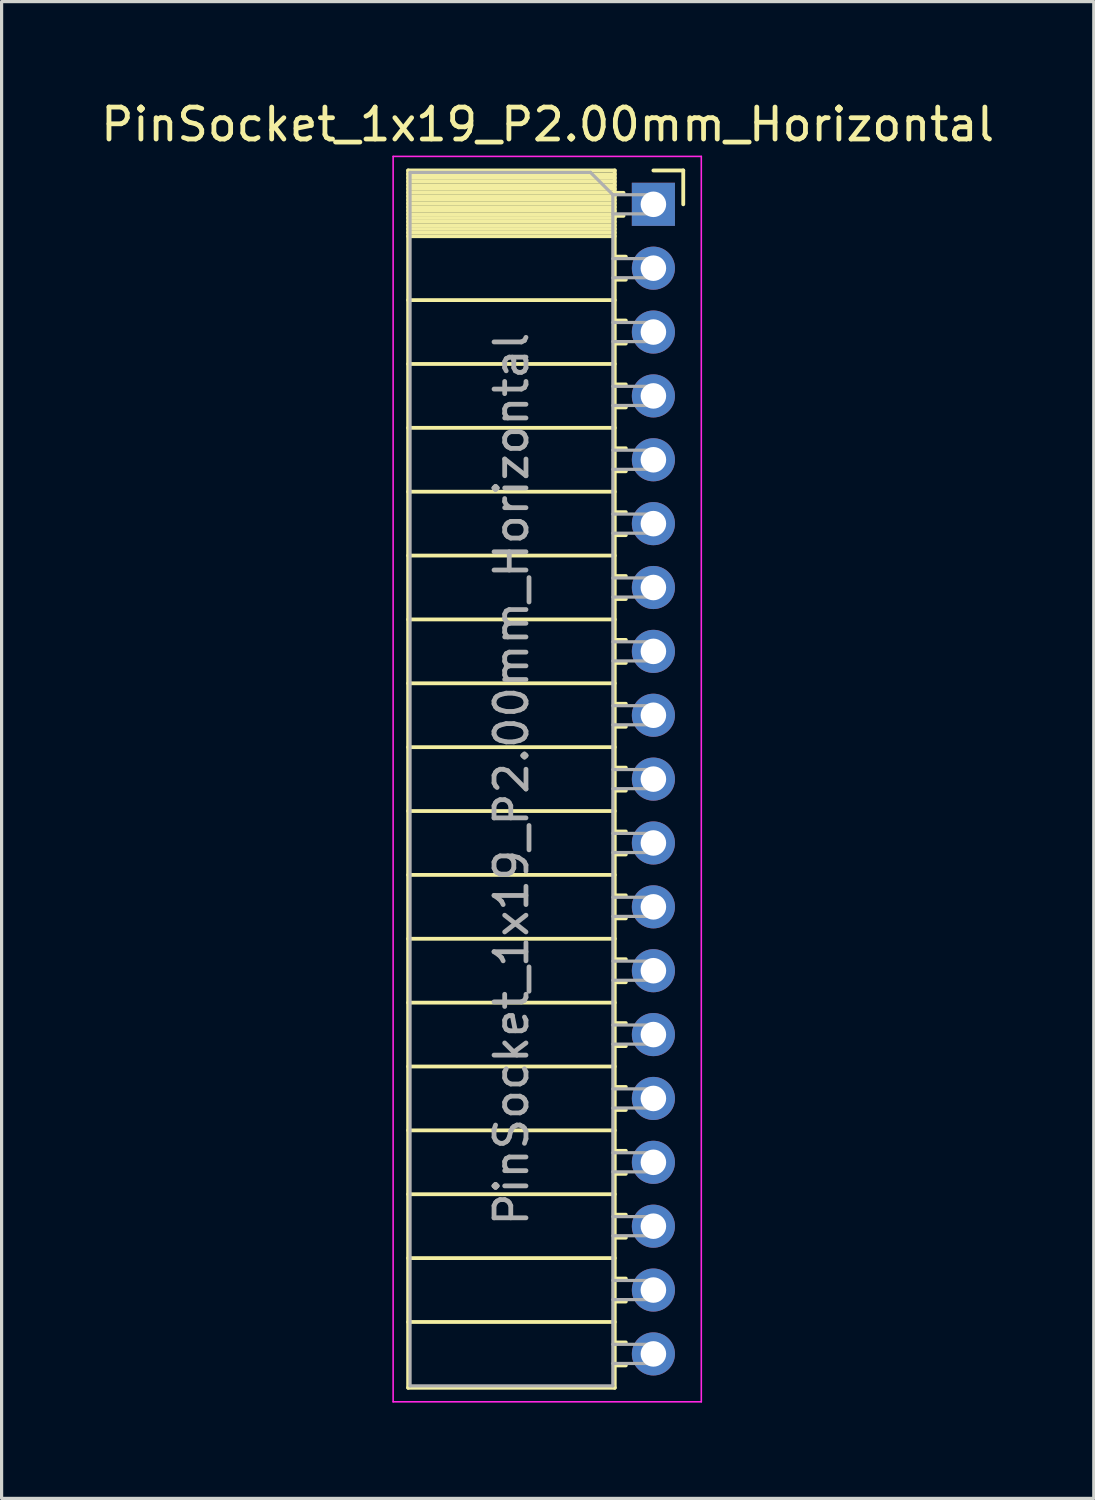
<source format=kicad_pcb>
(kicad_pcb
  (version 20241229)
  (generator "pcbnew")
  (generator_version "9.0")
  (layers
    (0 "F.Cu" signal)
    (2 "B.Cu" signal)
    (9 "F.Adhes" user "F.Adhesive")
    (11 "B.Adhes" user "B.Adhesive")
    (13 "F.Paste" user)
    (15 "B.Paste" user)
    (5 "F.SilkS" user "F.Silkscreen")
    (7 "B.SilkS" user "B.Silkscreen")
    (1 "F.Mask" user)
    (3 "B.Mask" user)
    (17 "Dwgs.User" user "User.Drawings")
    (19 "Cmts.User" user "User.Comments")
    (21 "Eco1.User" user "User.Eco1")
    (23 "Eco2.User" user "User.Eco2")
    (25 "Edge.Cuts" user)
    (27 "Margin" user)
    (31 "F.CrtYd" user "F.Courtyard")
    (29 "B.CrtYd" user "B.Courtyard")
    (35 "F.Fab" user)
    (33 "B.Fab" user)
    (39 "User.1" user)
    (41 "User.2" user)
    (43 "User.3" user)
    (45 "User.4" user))
  (footprint "PinSocket_1x19_P2.00mm_Horizontal"
    (layer "F.Cu")
    (at 17.411 3.348)
    (property "Reference" "PinSocket_1x19_P2.00mm_Horizontal" (at -3.31 -2.5 0) (layer "F.SilkS") (effects (font (size 1 1) (thickness 0.15))))
    (attr through_hole)
    (fp_line (start -7.68 -1.06) (end -7.68 37.06) (stroke (width 0.12) (type solid)) (layer "F.SilkS"))
    (fp_line (start -7.68 -1.06) (end -1.21 -1.06) (stroke (width 0.12) (type solid)) (layer "F.SilkS"))
    (fp_line (start -7.68 -0.94) (end -1.21 -0.94) (stroke (width 0.12) (type solid)) (layer "F.SilkS"))
    (fp_line (start -7.68 -0.826) (end -1.21 -0.826) (stroke (width 0.12) (type solid)) (layer "F.SilkS"))
    (fp_line (start -7.68 -0.712) (end -1.21 -0.712) (stroke (width 0.12) (type solid)) (layer "F.SilkS"))
    (fp_line (start -7.68 -0.598) (end -1.21 -0.598) (stroke (width 0.12) (type solid)) (layer "F.SilkS"))
    (fp_line (start -7.68 -0.484) (end -1.21 -0.484) (stroke (width 0.12) (type solid)) (layer "F.SilkS"))
    (fp_line (start -7.68 -0.369) (end -1.21 -0.369) (stroke (width 0.12) (type solid)) (layer "F.SilkS"))
    (fp_line (start -7.68 -0.255) (end -1.21 -0.255) (stroke (width 0.12) (type solid)) (layer "F.SilkS"))
    (fp_line (start -7.68 -0.141) (end -1.21 -0.141) (stroke (width 0.12) (type solid)) (layer "F.SilkS"))
    (fp_line (start -7.68 -0.027) (end -1.21 -0.027) (stroke (width 0.12) (type solid)) (layer "F.SilkS"))
    (fp_line (start -7.68 0.087) (end -1.21 0.087) (stroke (width 0.12) (type solid)) (layer "F.SilkS"))
    (fp_line (start -7.68 0.201) (end -1.21 0.201) (stroke (width 0.12) (type solid)) (layer "F.SilkS"))
    (fp_line (start -7.68 0.315) (end -1.21 0.315) (stroke (width 0.12) (type solid)) (layer "F.SilkS"))
    (fp_line (start -7.68 0.429) (end -1.21 0.429) (stroke (width 0.12) (type solid)) (layer "F.SilkS"))
    (fp_line (start -7.68 0.544) (end -1.21 0.544) (stroke (width 0.12) (type solid)) (layer "F.SilkS"))
    (fp_line (start -7.68 0.658) (end -1.21 0.658) (stroke (width 0.12) (type solid)) (layer "F.SilkS"))
    (fp_line (start -7.68 0.772) (end -1.21 0.772) (stroke (width 0.12) (type solid)) (layer "F.SilkS"))
    (fp_line (start -7.68 0.886) (end -1.21 0.886) (stroke (width 0.12) (type solid)) (layer "F.SilkS"))
    (fp_line (start -7.68 1) (end -1.21 1) (stroke (width 0.12) (type solid)) (layer "F.SilkS"))
    (fp_line (start -7.68 3) (end -1.21 3) (stroke (width 0.12) (type solid)) (layer "F.SilkS"))
    (fp_line (start -7.68 5) (end -1.21 5) (stroke (width 0.12) (type solid)) (layer "F.SilkS"))
    (fp_line (start -7.68 7) (end -1.21 7) (stroke (width 0.12) (type solid)) (layer "F.SilkS"))
    (fp_line (start -7.68 9) (end -1.21 9) (stroke (width 0.12) (type solid)) (layer "F.SilkS"))
    (fp_line (start -7.68 11) (end -1.21 11) (stroke (width 0.12) (type solid)) (layer "F.SilkS"))
    (fp_line (start -7.68 13) (end -1.21 13) (stroke (width 0.12) (type solid)) (layer "F.SilkS"))
    (fp_line (start -7.68 15) (end -1.21 15) (stroke (width 0.12) (type solid)) (layer "F.SilkS"))
    (fp_line (start -7.68 17) (end -1.21 17) (stroke (width 0.12) (type solid)) (layer "F.SilkS"))
    (fp_line (start -7.68 19) (end -1.21 19) (stroke (width 0.12) (type solid)) (layer "F.SilkS"))
    (fp_line (start -7.68 21) (end -1.21 21) (stroke (width 0.12) (type solid)) (layer "F.SilkS"))
    (fp_line (start -7.68 23) (end -1.21 23) (stroke (width 0.12) (type solid)) (layer "F.SilkS"))
    (fp_line (start -7.68 25) (end -1.21 25) (stroke (width 0.12) (type solid)) (layer "F.SilkS"))
    (fp_line (start -7.68 27) (end -1.21 27) (stroke (width 0.12) (type solid)) (layer "F.SilkS"))
    (fp_line (start -7.68 29) (end -1.21 29) (stroke (width 0.12) (type solid)) (layer "F.SilkS"))
    (fp_line (start -7.68 31) (end -1.21 31) (stroke (width 0.12) (type solid)) (layer "F.SilkS"))
    (fp_line (start -7.68 33) (end -1.21 33) (stroke (width 0.12) (type solid)) (layer "F.SilkS"))
    (fp_line (start -7.68 35) (end -1.21 35) (stroke (width 0.12) (type solid)) (layer "F.SilkS"))
    (fp_line (start -7.68 37.06) (end -1.21 37.06) (stroke (width 0.12) (type solid)) (layer "F.SilkS"))
    (fp_line (start -1.21 -1.06) (end -1.21 37.06) (stroke (width 0.12) (type solid)) (layer "F.SilkS"))
    (fp_line (start -1.21 -0.36) (end -0.935 -0.36) (stroke (width 0.12) (type solid)) (layer "F.SilkS"))
    (fp_line (start -1.21 0.36) (end -0.935 0.36) (stroke (width 0.12) (type solid)) (layer "F.SilkS"))
    (fp_line (start -1.21 1.64) (end -0.863 1.64) (stroke (width 0.12) (type solid)) (layer "F.SilkS"))
    (fp_line (start -1.21 2.36) (end -0.863 2.36) (stroke (width 0.12) (type solid)) (layer "F.SilkS"))
    (fp_line (start -1.21 3.64) (end -0.863 3.64) (stroke (width 0.12) (type solid)) (layer "F.SilkS"))
    (fp_line (start -1.21 4.36) (end -0.863 4.36) (stroke (width 0.12) (type solid)) (layer "F.SilkS"))
    (fp_line (start -1.21 5.64) (end -0.863 5.64) (stroke (width 0.12) (type solid)) (layer "F.SilkS"))
    (fp_line (start -1.21 6.36) (end -0.863 6.36) (stroke (width 0.12) (type solid)) (layer "F.SilkS"))
    (fp_line (start -1.21 7.64) (end -0.863 7.64) (stroke (width 0.12) (type solid)) (layer "F.SilkS"))
    (fp_line (start -1.21 8.36) (end -0.863 8.36) (stroke (width 0.12) (type solid)) (layer "F.SilkS"))
    (fp_line (start -1.21 9.64) (end -0.863 9.64) (stroke (width 0.12) (type solid)) (layer "F.SilkS"))
    (fp_line (start -1.21 10.36) (end -0.863 10.36) (stroke (width 0.12) (type solid)) (layer "F.SilkS"))
    (fp_line (start -1.21 11.64) (end -0.863 11.64) (stroke (width 0.12) (type solid)) (layer "F.SilkS"))
    (fp_line (start -1.21 12.36) (end -0.863 12.36) (stroke (width 0.12) (type solid)) (layer "F.SilkS"))
    (fp_line (start -1.21 13.64) (end -0.863 13.64) (stroke (width 0.12) (type solid)) (layer "F.SilkS"))
    (fp_line (start -1.21 14.36) (end -0.863 14.36) (stroke (width 0.12) (type solid)) (layer "F.SilkS"))
    (fp_line (start -1.21 15.64) (end -0.863 15.64) (stroke (width 0.12) (type solid)) (layer "F.SilkS"))
    (fp_line (start -1.21 16.36) (end -0.863 16.36) (stroke (width 0.12) (type solid)) (layer "F.SilkS"))
    (fp_line (start -1.21 17.64) (end -0.863 17.64) (stroke (width 0.12) (type solid)) (layer "F.SilkS"))
    (fp_line (start -1.21 18.36) (end -0.863 18.36) (stroke (width 0.12) (type solid)) (layer "F.SilkS"))
    (fp_line (start -1.21 19.64) (end -0.863 19.64) (stroke (width 0.12) (type solid)) (layer "F.SilkS"))
    (fp_line (start -1.21 20.36) (end -0.863 20.36) (stroke (width 0.12) (type solid)) (layer "F.SilkS"))
    (fp_line (start -1.21 21.64) (end -0.863 21.64) (stroke (width 0.12) (type solid)) (layer "F.SilkS"))
    (fp_line (start -1.21 22.36) (end -0.863 22.36) (stroke (width 0.12) (type solid)) (layer "F.SilkS"))
    (fp_line (start -1.21 23.64) (end -0.863 23.64) (stroke (width 0.12) (type solid)) (layer "F.SilkS"))
    (fp_line (start -1.21 24.36) (end -0.863 24.36) (stroke (width 0.12) (type solid)) (layer "F.SilkS"))
    (fp_line (start -1.21 25.64) (end -0.863 25.64) (stroke (width 0.12) (type solid)) (layer "F.SilkS"))
    (fp_line (start -1.21 26.36) (end -0.863 26.36) (stroke (width 0.12) (type solid)) (layer "F.SilkS"))
    (fp_line (start -1.21 27.64) (end -0.863 27.64) (stroke (width 0.12) (type solid)) (layer "F.SilkS"))
    (fp_line (start -1.21 28.36) (end -0.863 28.36) (stroke (width 0.12) (type solid)) (layer "F.SilkS"))
    (fp_line (start -1.21 29.64) (end -0.863 29.64) (stroke (width 0.12) (type solid)) (layer "F.SilkS"))
    (fp_line (start -1.21 30.36) (end -0.863 30.36) (stroke (width 0.12) (type solid)) (layer "F.SilkS"))
    (fp_line (start -1.21 31.64) (end -0.863 31.64) (stroke (width 0.12) (type solid)) (layer "F.SilkS"))
    (fp_line (start -1.21 32.36) (end -0.863 32.36) (stroke (width 0.12) (type solid)) (layer "F.SilkS"))
    (fp_line (start -1.21 33.64) (end -0.863 33.64) (stroke (width 0.12) (type solid)) (layer "F.SilkS"))
    (fp_line (start -1.21 34.36) (end -0.863 34.36) (stroke (width 0.12) (type solid)) (layer "F.SilkS"))
    (fp_line (start -1.21 35.64) (end -0.863 35.64) (stroke (width 0.12) (type solid)) (layer "F.SilkS"))
    (fp_line (start -1.21 36.36) (end -0.863 36.36) (stroke (width 0.12) (type solid)) (layer "F.SilkS"))
    (fp_line (start 0 -1.06) (end 0.935 -1.06) (stroke (width 0.12) (type solid)) (layer "F.SilkS"))
    (fp_line (start 0.935 -1.06) (end 0.935 0) (stroke (width 0.12) (type solid)) (layer "F.SilkS"))
    (fp_line (start -8.15 -1.5) (end -8.15 37.5) (stroke (width 0.05) (type solid)) (layer "F.CrtYd"))
    (fp_line (start -8.15 37.5) (end 1.5 37.5) (stroke (width 0.05) (type solid)) (layer "F.CrtYd"))
    (fp_line (start 1.5 -1.5) (end -8.15 -1.5) (stroke (width 0.05) (type solid)) (layer "F.CrtYd"))
    (fp_line (start 1.5 37.5) (end 1.5 -1.5) (stroke (width 0.05) (type solid)) (layer "F.CrtYd"))
    (fp_line (start -7.62 -1) (end -1.97 -1) (stroke (width 0.1) (type solid)) (layer "F.Fab"))
    (fp_line (start -7.62 37) (end -7.62 -1) (stroke (width 0.1) (type solid)) (layer "F.Fab"))
    (fp_line (start -1.97 -1) (end -1.27 -0.3) (stroke (width 0.1) (type solid)) (layer "F.Fab"))
    (fp_line (start -1.27 -0.3) (end -1.27 37) (stroke (width 0.1) (type solid)) (layer "F.Fab"))
    (fp_line (start -1.27 0.3) (end 0 0.3) (stroke (width 0.1) (type solid)) (layer "F.Fab"))
    (fp_line (start -1.27 2.3) (end 0 2.3) (stroke (width 0.1) (type solid)) (layer "F.Fab"))
    (fp_line (start -1.27 4.3) (end 0 4.3) (stroke (width 0.1) (type solid)) (layer "F.Fab"))
    (fp_line (start -1.27 6.3) (end 0 6.3) (stroke (width 0.1) (type solid)) (layer "F.Fab"))
    (fp_line (start -1.27 8.3) (end 0 8.3) (stroke (width 0.1) (type solid)) (layer "F.Fab"))
    (fp_line (start -1.27 10.3) (end 0 10.3) (stroke (width 0.1) (type solid)) (layer "F.Fab"))
    (fp_line (start -1.27 12.3) (end 0 12.3) (stroke (width 0.1) (type solid)) (layer "F.Fab"))
    (fp_line (start -1.27 14.3) (end 0 14.3) (stroke (width 0.1) (type solid)) (layer "F.Fab"))
    (fp_line (start -1.27 16.3) (end 0 16.3) (stroke (width 0.1) (type solid)) (layer "F.Fab"))
    (fp_line (start -1.27 18.3) (end 0 18.3) (stroke (width 0.1) (type solid)) (layer "F.Fab"))
    (fp_line (start -1.27 20.3) (end 0 20.3) (stroke (width 0.1) (type solid)) (layer "F.Fab"))
    (fp_line (start -1.27 22.3) (end 0 22.3) (stroke (width 0.1) (type solid)) (layer "F.Fab"))
    (fp_line (start -1.27 24.3) (end 0 24.3) (stroke (width 0.1) (type solid)) (layer "F.Fab"))
    (fp_line (start -1.27 26.3) (end 0 26.3) (stroke (width 0.1) (type solid)) (layer "F.Fab"))
    (fp_line (start -1.27 28.3) (end 0 28.3) (stroke (width 0.1) (type solid)) (layer "F.Fab"))
    (fp_line (start -1.27 30.3) (end 0 30.3) (stroke (width 0.1) (type solid)) (layer "F.Fab"))
    (fp_line (start -1.27 32.3) (end 0 32.3) (stroke (width 0.1) (type solid)) (layer "F.Fab"))
    (fp_line (start -1.27 34.3) (end 0 34.3) (stroke (width 0.1) (type solid)) (layer "F.Fab"))
    (fp_line (start -1.27 36.3) (end 0 36.3) (stroke (width 0.1) (type solid)) (layer "F.Fab"))
    (fp_line (start -1.27 37) (end -7.62 37) (stroke (width 0.1) (type solid)) (layer "F.Fab"))
    (fp_line (start 0 -0.3) (end -1.27 -0.3) (stroke (width 0.1) (type solid)) (layer "F.Fab"))
    (fp_line (start 0 0.3) (end 0 -0.3) (stroke (width 0.1) (type solid)) (layer "F.Fab"))
    (fp_line (start 0 1.7) (end -1.27 1.7) (stroke (width 0.1) (type solid)) (layer "F.Fab"))
    (fp_line (start 0 2.3) (end 0 1.7) (stroke (width 0.1) (type solid)) (layer "F.Fab"))
    (fp_line (start 0 3.7) (end -1.27 3.7) (stroke (width 0.1) (type solid)) (layer "F.Fab"))
    (fp_line (start 0 4.3) (end 0 3.7) (stroke (width 0.1) (type solid)) (layer "F.Fab"))
    (fp_line (start 0 5.7) (end -1.27 5.7) (stroke (width 0.1) (type solid)) (layer "F.Fab"))
    (fp_line (start 0 6.3) (end 0 5.7) (stroke (width 0.1) (type solid)) (layer "F.Fab"))
    (fp_line (start 0 7.7) (end -1.27 7.7) (stroke (width 0.1) (type solid)) (layer "F.Fab"))
    (fp_line (start 0 8.3) (end 0 7.7) (stroke (width 0.1) (type solid)) (layer "F.Fab"))
    (fp_line (start 0 9.7) (end -1.27 9.7) (stroke (width 0.1) (type solid)) (layer "F.Fab"))
    (fp_line (start 0 10.3) (end 0 9.7) (stroke (width 0.1) (type solid)) (layer "F.Fab"))
    (fp_line (start 0 11.7) (end -1.27 11.7) (stroke (width 0.1) (type solid)) (layer "F.Fab"))
    (fp_line (start 0 12.3) (end 0 11.7) (stroke (width 0.1) (type solid)) (layer "F.Fab"))
    (fp_line (start 0 13.7) (end -1.27 13.7) (stroke (width 0.1) (type solid)) (layer "F.Fab"))
    (fp_line (start 0 14.3) (end 0 13.7) (stroke (width 0.1) (type solid)) (layer "F.Fab"))
    (fp_line (start 0 15.7) (end -1.27 15.7) (stroke (width 0.1) (type solid)) (layer "F.Fab"))
    (fp_line (start 0 16.3) (end 0 15.7) (stroke (width 0.1) (type solid)) (layer "F.Fab"))
    (fp_line (start 0 17.7) (end -1.27 17.7) (stroke (width 0.1) (type solid)) (layer "F.Fab"))
    (fp_line (start 0 18.3) (end 0 17.7) (stroke (width 0.1) (type solid)) (layer "F.Fab"))
    (fp_line (start 0 19.7) (end -1.27 19.7) (stroke (width 0.1) (type solid)) (layer "F.Fab"))
    (fp_line (start 0 20.3) (end 0 19.7) (stroke (width 0.1) (type solid)) (layer "F.Fab"))
    (fp_line (start 0 21.7) (end -1.27 21.7) (stroke (width 0.1) (type solid)) (layer "F.Fab"))
    (fp_line (start 0 22.3) (end 0 21.7) (stroke (width 0.1) (type solid)) (layer "F.Fab"))
    (fp_line (start 0 23.7) (end -1.27 23.7) (stroke (width 0.1) (type solid)) (layer "F.Fab"))
    (fp_line (start 0 24.3) (end 0 23.7) (stroke (width 0.1) (type solid)) (layer "F.Fab"))
    (fp_line (start 0 25.7) (end -1.27 25.7) (stroke (width 0.1) (type solid)) (layer "F.Fab"))
    (fp_line (start 0 26.3) (end 0 25.7) (stroke (width 0.1) (type solid)) (layer "F.Fab"))
    (fp_line (start 0 27.7) (end -1.27 27.7) (stroke (width 0.1) (type solid)) (layer "F.Fab"))
    (fp_line (start 0 28.3) (end 0 27.7) (stroke (width 0.1) (type solid)) (layer "F.Fab"))
    (fp_line (start 0 29.7) (end -1.27 29.7) (stroke (width 0.1) (type solid)) (layer "F.Fab"))
    (fp_line (start 0 30.3) (end 0 29.7) (stroke (width 0.1) (type solid)) (layer "F.Fab"))
    (fp_line (start 0 31.7) (end -1.27 31.7) (stroke (width 0.1) (type solid)) (layer "F.Fab"))
    (fp_line (start 0 32.3) (end 0 31.7) (stroke (width 0.1) (type solid)) (layer "F.Fab"))
    (fp_line (start 0 33.7) (end -1.27 33.7) (stroke (width 0.1) (type solid)) (layer "F.Fab"))
    (fp_line (start 0 34.3) (end 0 33.7) (stroke (width 0.1) (type solid)) (layer "F.Fab"))
    (fp_line (start 0 35.7) (end -1.27 35.7) (stroke (width 0.1) (type solid)) (layer "F.Fab"))
    (fp_line (start 0 36.3) (end 0 35.7) (stroke (width 0.1) (type solid)) (layer "F.Fab"))
    (fp_text user "${REFERENCE}" (at -4.445 18 90) (layer "F.Fab") (effects (font (size 1 1) (thickness 0.15))))
    (pad "1" thru_hole rect (at 0 0) (size 1.35 1.35) (drill 0.8) (layers "*.Cu" "*.Mask"))
    (pad "2" thru_hole circle (at 0 2) (size 1.35 1.35) (drill 0.8) (layers "*.Cu" "*.Mask"))
    (pad "3" thru_hole circle (at 0 4) (size 1.35 1.35) (drill 0.8) (layers "*.Cu" "*.Mask"))
    (pad "4" thru_hole circle (at 0 6) (size 1.35 1.35) (drill 0.8) (layers "*.Cu" "*.Mask"))
    (pad "5" thru_hole circle (at 0 8) (size 1.35 1.35) (drill 0.8) (layers "*.Cu" "*.Mask"))
    (pad "6" thru_hole circle (at 0 10) (size 1.35 1.35) (drill 0.8) (layers "*.Cu" "*.Mask"))
    (pad "7" thru_hole circle (at 0 12) (size 1.35 1.35) (drill 0.8) (layers "*.Cu" "*.Mask"))
    (pad "8" thru_hole circle (at 0 14) (size 1.35 1.35) (drill 0.8) (layers "*.Cu" "*.Mask"))
    (pad "9" thru_hole circle (at 0 16) (size 1.35 1.35) (drill 0.8) (layers "*.Cu" "*.Mask"))
    (pad "10" thru_hole circle (at 0 18) (size 1.35 1.35) (drill 0.8) (layers "*.Cu" "*.Mask"))
    (pad "11" thru_hole circle (at 0 20) (size 1.35 1.35) (drill 0.8) (layers "*.Cu" "*.Mask"))
    (pad "12" thru_hole circle (at 0 22) (size 1.35 1.35) (drill 0.8) (layers "*.Cu" "*.Mask"))
    (pad "13" thru_hole circle (at 0 24) (size 1.35 1.35) (drill 0.8) (layers "*.Cu" "*.Mask"))
    (pad "14" thru_hole circle (at 0 26) (size 1.35 1.35) (drill 0.8) (layers "*.Cu" "*.Mask"))
    (pad "15" thru_hole circle (at 0 28) (size 1.35 1.35) (drill 0.8) (layers "*.Cu" "*.Mask"))
    (pad "16" thru_hole circle (at 0 30) (size 1.35 1.35) (drill 0.8) (layers "*.Cu" "*.Mask"))
    (pad "17" thru_hole circle (at 0 32) (size 1.35 1.35) (drill 0.8) (layers "*.Cu" "*.Mask"))
    (pad "18" thru_hole circle (at 0 34) (size 1.35 1.35) (drill 0.8) (layers "*.Cu" "*.Mask"))
    (pad "19" thru_hole circle (at 0 36) (size 1.35 1.35) (drill 0.8) (layers "*.Cu" "*.Mask")))
  (gr_rect
    (start -3 -3)
    (end 31.202 43.873)
    (stroke (width 0.1) (type default))
    (fill no)
    (layer "Edge.Cuts")))
</source>
